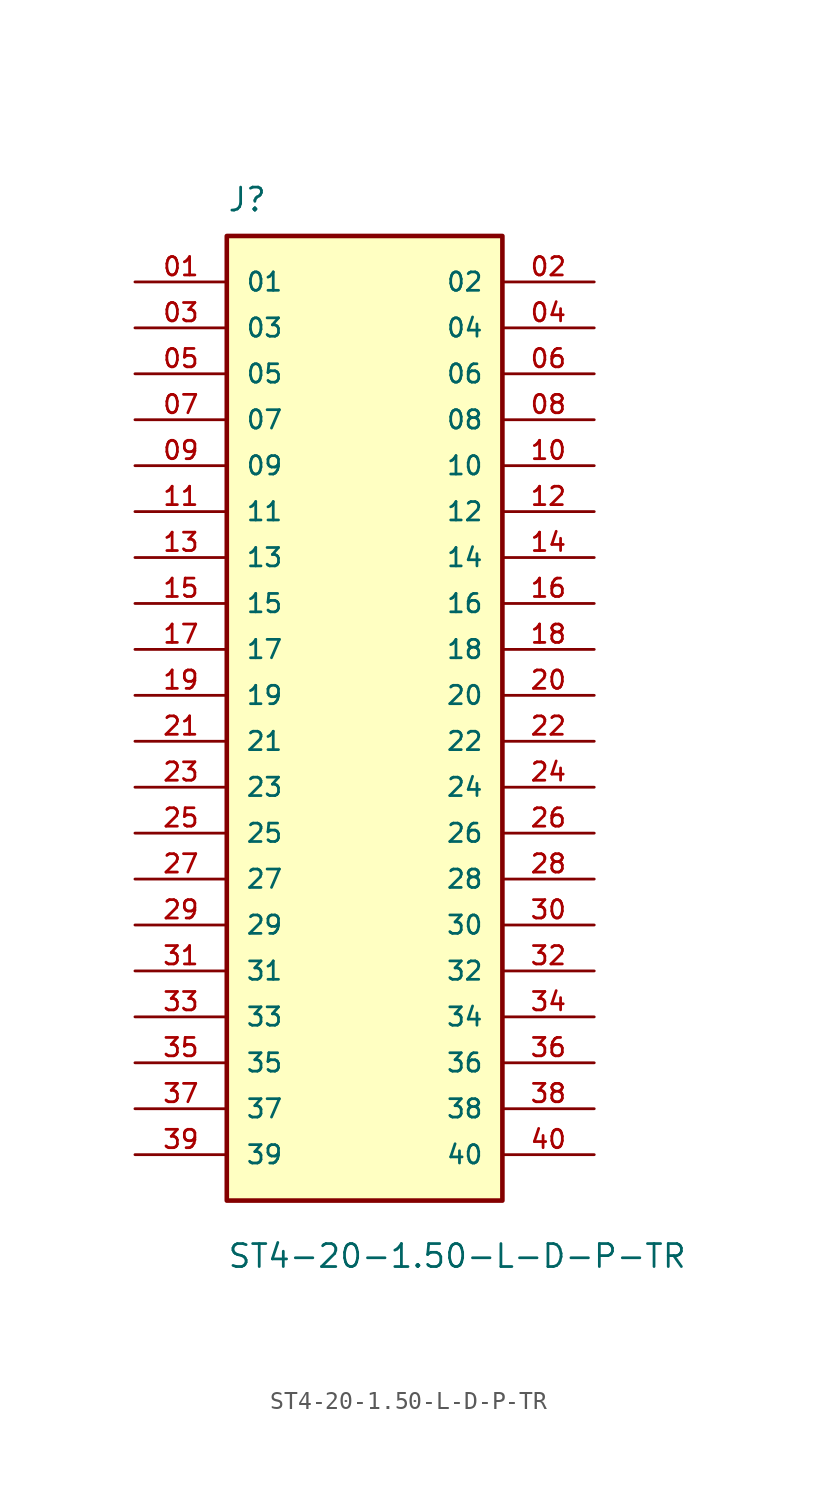
<source format=kicad_sym>
(kicad_symbol_lib
  (version 20211014)
  (generator kicad_symbol_editor)
  (symbol "ST4-20-1.50-L-D-P-TR"
    (pin_names
      (offset 1.016))
    (property "Reference" "J"
      (at -7.62 26.67 0)
      (effects (font (size 1.27 1.27)) (justify bottom left)))
    (property "Value" "ST4-20-1.50-L-D-P-TR"
      (at -7.62 -31.75 0)
      (effects (font (size 1.27 1.27)) (justify bottom left)))
    (symbol "ST4-20-1.50-L-D-P-TR_0_0"
      (rectangle (start -7.62 -27.94) (end 7.62 25.4) (stroke (width 0.254)) (fill (type background)))
      (pin passive line (at -12.7 22.86 0) (length 5.08) (name "01" (effects (font (size 1.016 1.016)))) (number "01" (effects (font (size 1.016 1.016)))))
      (pin passive line (at 12.7 22.86 180.0) (length 5.08) (name "02" (effects (font (size 1.016 1.016)))) (number "02" (effects (font (size 1.016 1.016)))))
      (pin passive line (at -12.7 20.32 0) (length 5.08) (name "03" (effects (font (size 1.016 1.016)))) (number "03" (effects (font (size 1.016 1.016)))))
      (pin passive line (at 12.7 20.32 180.0) (length 5.08) (name "04" (effects (font (size 1.016 1.016)))) (number "04" (effects (font (size 1.016 1.016)))))
      (pin passive line (at -12.7 17.78 0) (length 5.08) (name "05" (effects (font (size 1.016 1.016)))) (number "05" (effects (font (size 1.016 1.016)))))
      (pin passive line (at 12.7 17.78 180.0) (length 5.08) (name "06" (effects (font (size 1.016 1.016)))) (number "06" (effects (font (size 1.016 1.016)))))
      (pin passive line (at -12.7 15.24 0) (length 5.08) (name "07" (effects (font (size 1.016 1.016)))) (number "07" (effects (font (size 1.016 1.016)))))
      (pin passive line (at 12.7 15.24 180.0) (length 5.08) (name "08" (effects (font (size 1.016 1.016)))) (number "08" (effects (font (size 1.016 1.016)))))
      (pin passive line (at -12.7 12.7 0) (length 5.08) (name "09" (effects (font (size 1.016 1.016)))) (number "09" (effects (font (size 1.016 1.016)))))
      (pin passive line (at 12.7 12.7 180.0) (length 5.08) (name "10" (effects (font (size 1.016 1.016)))) (number "10" (effects (font (size 1.016 1.016)))))
      (pin passive line (at -12.7 10.16 0) (length 5.08) (name "11" (effects (font (size 1.016 1.016)))) (number "11" (effects (font (size 1.016 1.016)))))
      (pin passive line (at 12.7 10.16 180.0) (length 5.08) (name "12" (effects (font (size 1.016 1.016)))) (number "12" (effects (font (size 1.016 1.016)))))
      (pin passive line (at -12.7 7.62 0) (length 5.08) (name "13" (effects (font (size 1.016 1.016)))) (number "13" (effects (font (size 1.016 1.016)))))
      (pin passive line (at 12.7 7.62 180.0) (length 5.08) (name "14" (effects (font (size 1.016 1.016)))) (number "14" (effects (font (size 1.016 1.016)))))
      (pin passive line (at -12.7 5.08 0) (length 5.08) (name "15" (effects (font (size 1.016 1.016)))) (number "15" (effects (font (size 1.016 1.016)))))
      (pin passive line (at 12.7 5.08 180.0) (length 5.08) (name "16" (effects (font (size 1.016 1.016)))) (number "16" (effects (font (size 1.016 1.016)))))
      (pin passive line (at -12.7 2.54 0) (length 5.08) (name "17" (effects (font (size 1.016 1.016)))) (number "17" (effects (font (size 1.016 1.016)))))
      (pin passive line (at 12.7 2.54 180.0) (length 5.08) (name "18" (effects (font (size 1.016 1.016)))) (number "18" (effects (font (size 1.016 1.016)))))
      (pin passive line (at -12.7 0.0 0) (length 5.08) (name "19" (effects (font (size 1.016 1.016)))) (number "19" (effects (font (size 1.016 1.016)))))
      (pin passive line (at 12.7 0.0 180.0) (length 5.08) (name "20" (effects (font (size 1.016 1.016)))) (number "20" (effects (font (size 1.016 1.016)))))
      (pin passive line (at -12.7 -2.54 0) (length 5.08) (name "21" (effects (font (size 1.016 1.016)))) (number "21" (effects (font (size 1.016 1.016)))))
      (pin passive line (at 12.7 -2.54 180.0) (length 5.08) (name "22" (effects (font (size 1.016 1.016)))) (number "22" (effects (font (size 1.016 1.016)))))
      (pin passive line (at -12.7 -5.08 0) (length 5.08) (name "23" (effects (font (size 1.016 1.016)))) (number "23" (effects (font (size 1.016 1.016)))))
      (pin passive line (at 12.7 -5.08 180.0) (length 5.08) (name "24" (effects (font (size 1.016 1.016)))) (number "24" (effects (font (size 1.016 1.016)))))
      (pin passive line (at -12.7 -7.62 0) (length 5.08) (name "25" (effects (font (size 1.016 1.016)))) (number "25" (effects (font (size 1.016 1.016)))))
      (pin passive line (at 12.7 -7.62 180.0) (length 5.08) (name "26" (effects (font (size 1.016 1.016)))) (number "26" (effects (font (size 1.016 1.016)))))
      (pin passive line (at -12.7 -10.16 0) (length 5.08) (name "27" (effects (font (size 1.016 1.016)))) (number "27" (effects (font (size 1.016 1.016)))))
      (pin passive line (at 12.7 -10.16 180.0) (length 5.08) (name "28" (effects (font (size 1.016 1.016)))) (number "28" (effects (font (size 1.016 1.016)))))
      (pin passive line (at -12.7 -12.7 0) (length 5.08) (name "29" (effects (font (size 1.016 1.016)))) (number "29" (effects (font (size 1.016 1.016)))))
      (pin passive line (at 12.7 -12.7 180.0) (length 5.08) (name "30" (effects (font (size 1.016 1.016)))) (number "30" (effects (font (size 1.016 1.016)))))
      (pin passive line (at -12.7 -15.24 0) (length 5.08) (name "31" (effects (font (size 1.016 1.016)))) (number "31" (effects (font (size 1.016 1.016)))))
      (pin passive line (at 12.7 -15.24 180.0) (length 5.08) (name "32" (effects (font (size 1.016 1.016)))) (number "32" (effects (font (size 1.016 1.016)))))
      (pin passive line (at -12.7 -17.78 0) (length 5.08) (name "33" (effects (font (size 1.016 1.016)))) (number "33" (effects (font (size 1.016 1.016)))))
      (pin passive line (at 12.7 -17.78 180.0) (length 5.08) (name "34" (effects (font (size 1.016 1.016)))) (number "34" (effects (font (size 1.016 1.016)))))
      (pin passive line (at -12.7 -20.32 0) (length 5.08) (name "35" (effects (font (size 1.016 1.016)))) (number "35" (effects (font (size 1.016 1.016)))))
      (pin passive line (at 12.7 -20.32 180.0) (length 5.08) (name "36" (effects (font (size 1.016 1.016)))) (number "36" (effects (font (size 1.016 1.016)))))
      (pin passive line (at -12.7 -22.86 0) (length 5.08) (name "37" (effects (font (size 1.016 1.016)))) (number "37" (effects (font (size 1.016 1.016)))))
      (pin passive line (at 12.7 -22.86 180.0) (length 5.08) (name "38" (effects (font (size 1.016 1.016)))) (number "38" (effects (font (size 1.016 1.016)))))
      (pin passive line (at -12.7 -25.4 0) (length 5.08) (name "39" (effects (font (size 1.016 1.016)))) (number "39" (effects (font (size 1.016 1.016)))))
      (pin passive line (at 12.7 -25.4 180.0) (length 5.08) (name "40" (effects (font (size 1.016 1.016)))) (number "40" (effects (font (size 1.016 1.016))))))))
</source>
